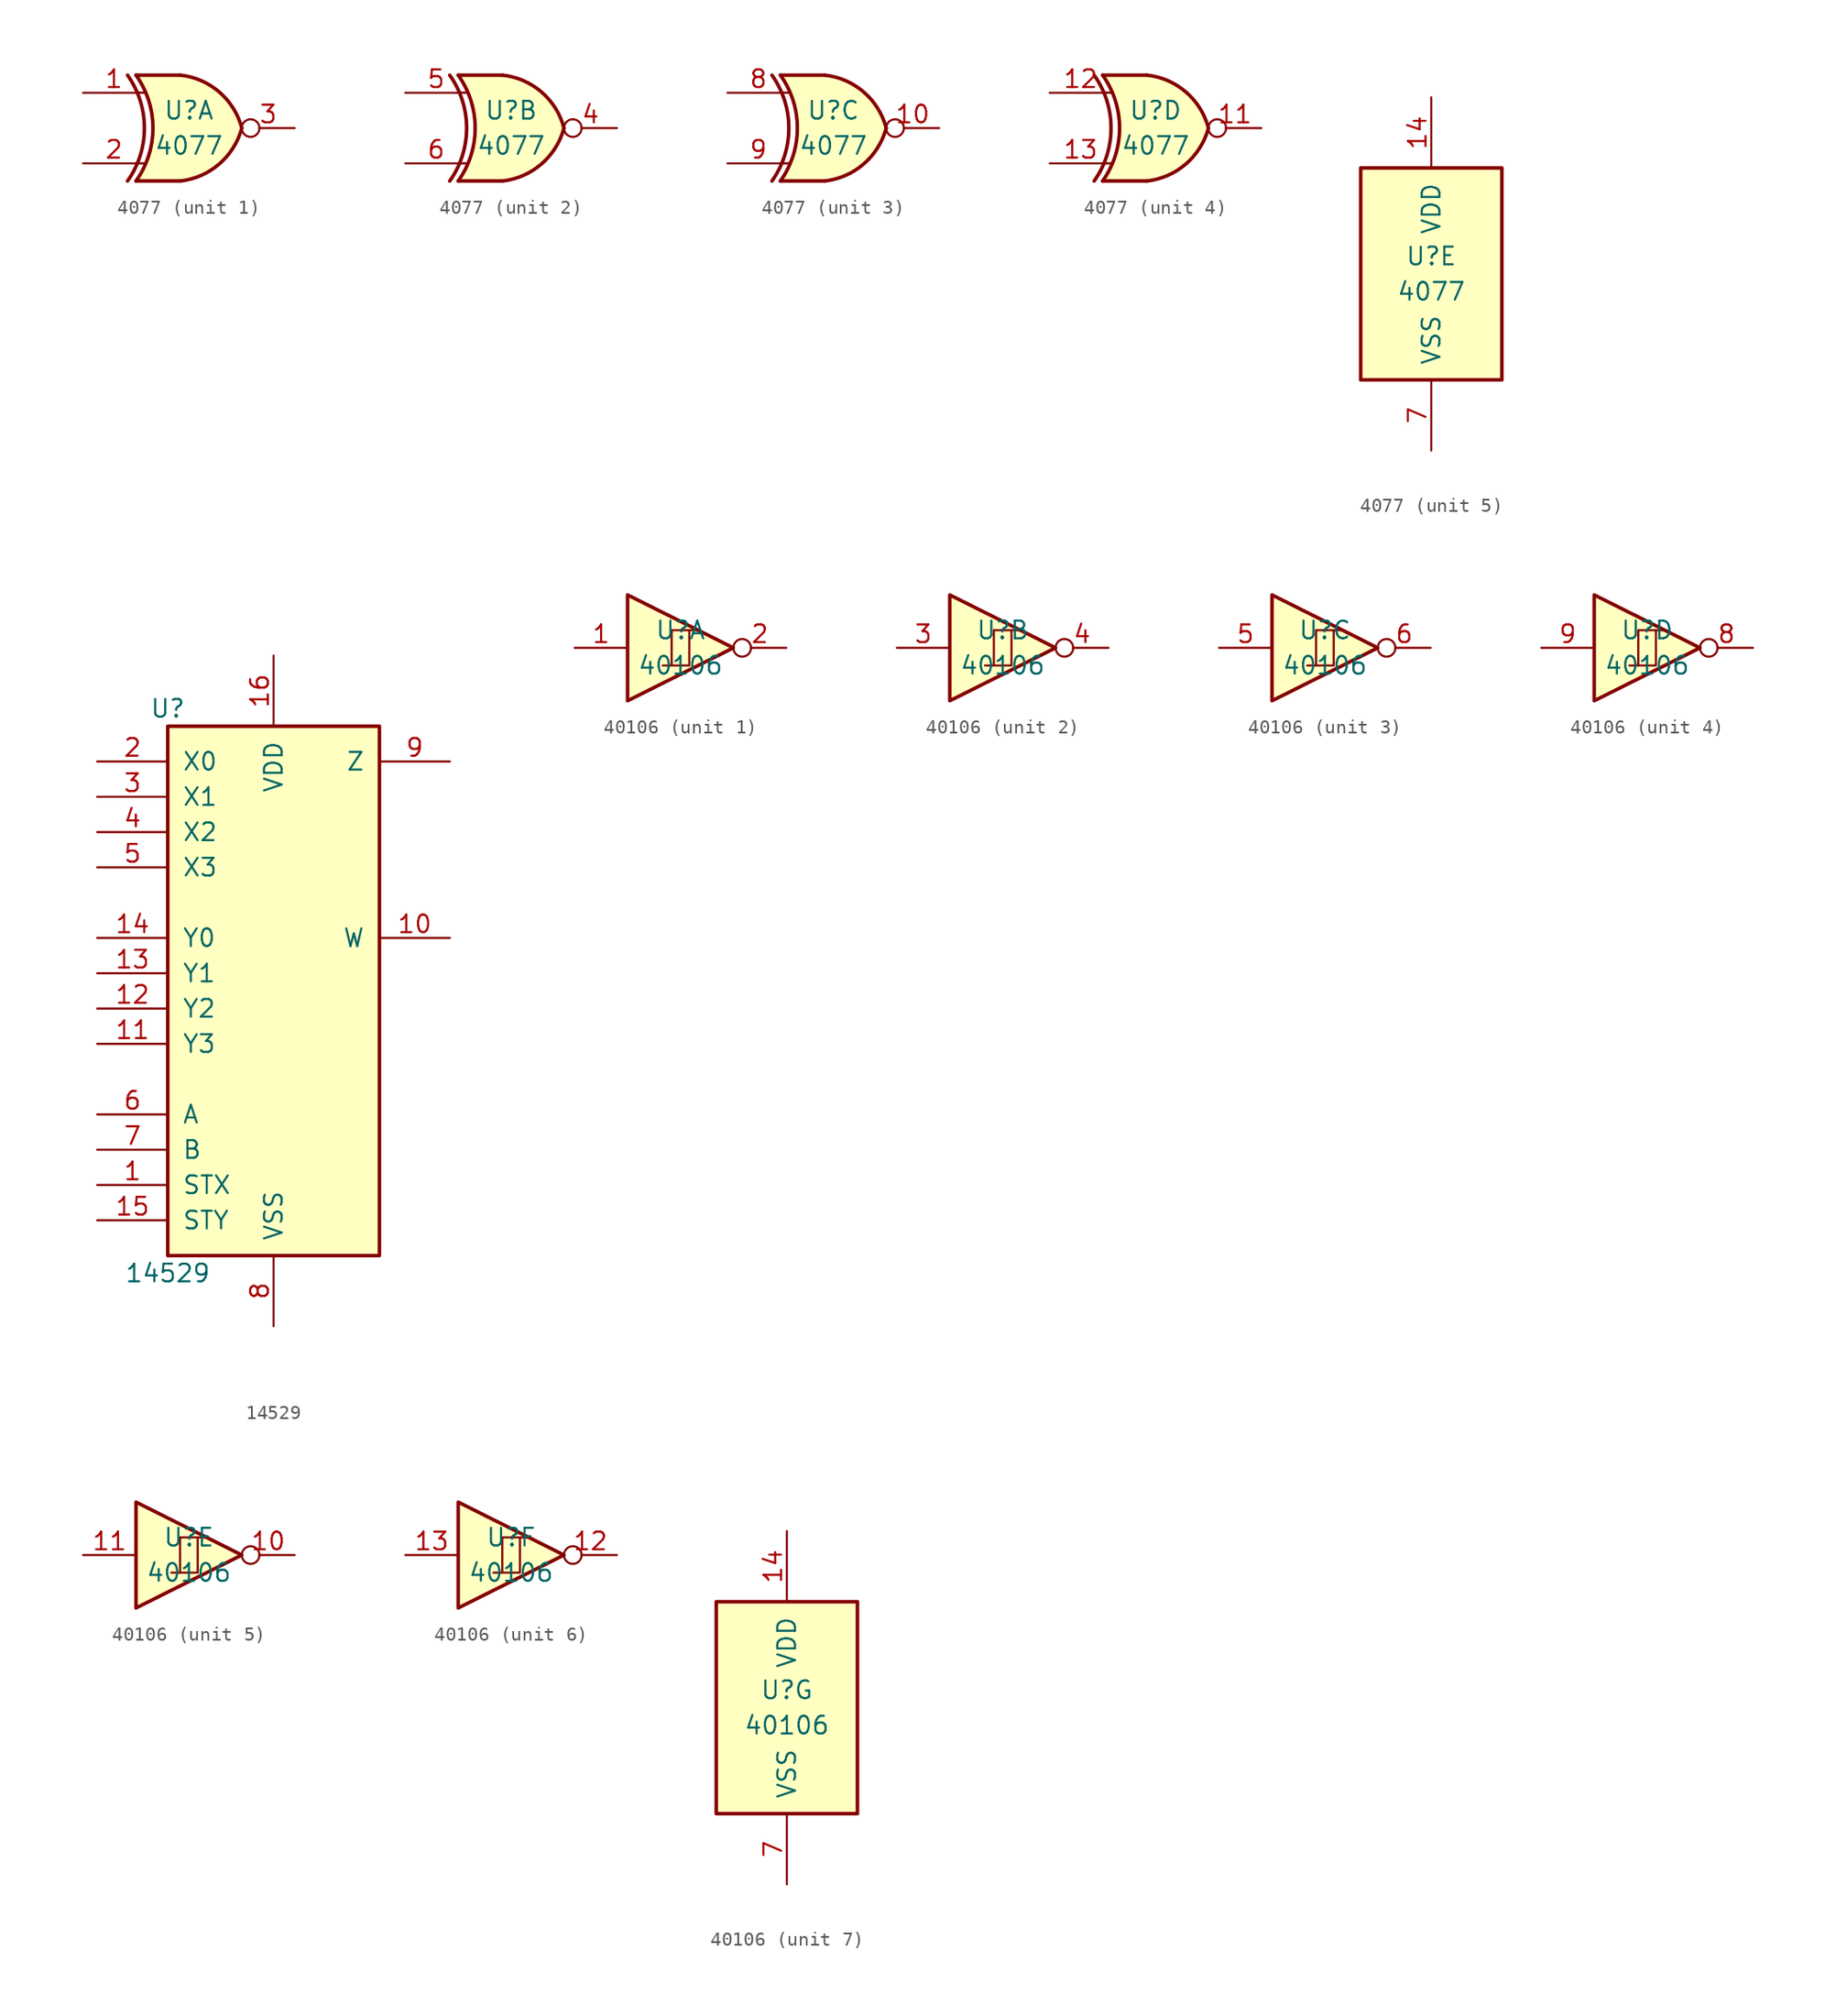
<source format=kicad_sym>
(kicad_symbol_lib
  (version 20220914)
  (generator kicad_symbol_editor)
  (symbol "4077"
    (pin_names
      (offset 1.016))
    (property "Reference" "U"
      (at 0 1.27 0)
      (effects (font (size 1.27 1.27))))
    (property "Value" "4077"
      (at 0 -1.27 0)
      (effects (font (size 1.27 1.27))))
    (property "ki_locked" ""
      (at 0 0 0)
      (effects (font (size 1.27 1.27))))
    (symbol "4077_1_0"
      (arc (start -4.4196 -3.81) (mid -3.2033 0) (end -4.4196 3.81) (stroke (width 0.254) (type default)) (fill (type none)))
      (arc (start -3.81 -3.81) (mid -2.589 0) (end -3.81 3.81) (stroke (width 0.254) (type default)) (fill (type none)))
      (arc (start -0.6096 -3.81) (mid 2.1842 -2.5851) (end 3.81 0) (stroke (width 0.254) (type default)) (fill (type background)))
      (polyline (pts (xy -3.81 -3.81) (xy -0.635 -3.81)) (stroke (width 0.254) (type default)) (fill (type background)))
      (polyline (pts (xy -3.81 3.81) (xy -0.635 3.81)) (stroke (width 0.254) (type default)) (fill (type background)))
      (polyline (pts (xy -0.635 3.81) (xy -3.81 3.81) (xy -3.81 3.81) (xy -3.556 3.404) (xy -3.023 2.261) (xy -2.692 1.041) (xy -2.616 -0.254) (xy -2.769 -1.499) (xy -3.175 -2.718) (xy -3.81 -3.81) (xy -3.81 -3.81) (xy -0.635 -3.81)) (stroke (width -25.4) (type default)) (fill (type background)))
      (arc (start 3.81 0) (mid 2.1915 2.5936) (end -0.6096 3.81) (stroke (width 0.254) (type default)) (fill (type background)))
      (pin input line (at -7.62 2.54 0) (length 4.445) (name "~" (effects (font (size 1.27 1.27)))) (number "1" (effects (font (size 1.27 1.27)))))
      (pin input line (at -7.62 -2.54 0) (length 4.445) (name "~" (effects (font (size 1.27 1.27)))) (number "2" (effects (font (size 1.27 1.27)))))
      (pin output inverted (at 7.62 0 180) (length 3.81) (name "~" (effects (font (size 1.27 1.27)))) (number "3" (effects (font (size 1.27 1.27))))))
    (symbol "4077_1_1"
      (polyline (pts (xy -3.81 -2.54) (xy -3.175 -2.54)) (stroke (width 0.152) (type default)) (fill (type none)))
      (polyline (pts (xy -3.81 2.54) (xy -3.175 2.54)) (stroke (width 0.152) (type default)) (fill (type none))))
    (symbol "4077_2_0"
      (arc (start -4.4196 -3.81) (mid -3.2033 0) (end -4.4196 3.81) (stroke (width 0.254) (type default)) (fill (type none)))
      (arc (start -3.81 -3.81) (mid -2.589 0) (end -3.81 3.81) (stroke (width 0.254) (type default)) (fill (type none)))
      (arc (start -0.6096 -3.81) (mid 2.1842 -2.5851) (end 3.81 0) (stroke (width 0.254) (type default)) (fill (type background)))
      (polyline (pts (xy -3.81 -3.81) (xy -0.635 -3.81)) (stroke (width 0.254) (type default)) (fill (type background)))
      (polyline (pts (xy -3.81 3.81) (xy -0.635 3.81)) (stroke (width 0.254) (type default)) (fill (type background)))
      (polyline (pts (xy -0.635 3.81) (xy -3.81 3.81) (xy -3.81 3.81) (xy -3.556 3.404) (xy -3.023 2.261) (xy -2.692 1.041) (xy -2.616 -0.254) (xy -2.769 -1.499) (xy -3.175 -2.718) (xy -3.81 -3.81) (xy -3.81 -3.81) (xy -0.635 -3.81)) (stroke (width -25.4) (type default)) (fill (type background)))
      (arc (start 3.81 0) (mid 2.1915 2.5936) (end -0.6096 3.81) (stroke (width 0.254) (type default)) (fill (type background)))
      (pin output inverted (at 7.62 0 180) (length 3.81) (name "~" (effects (font (size 1.27 1.27)))) (number "4" (effects (font (size 1.27 1.27)))))
      (pin input line (at -7.62 2.54 0) (length 4.445) (name "~" (effects (font (size 1.27 1.27)))) (number "5" (effects (font (size 1.27 1.27)))))
      (pin input line (at -7.62 -2.54 0) (length 4.445) (name "~" (effects (font (size 1.27 1.27)))) (number "6" (effects (font (size 1.27 1.27))))))
    (symbol "4077_2_1"
      (polyline (pts (xy -3.81 -2.54) (xy -3.175 -2.54)) (stroke (width 0.152) (type default)) (fill (type none)))
      (polyline (pts (xy -3.81 2.54) (xy -3.175 2.54)) (stroke (width 0.152) (type default)) (fill (type none))))
    (symbol "4077_3_0"
      (arc (start -4.4196 -3.81) (mid -3.2033 0) (end -4.4196 3.81) (stroke (width 0.254) (type default)) (fill (type none)))
      (arc (start -3.81 -3.81) (mid -2.589 0) (end -3.81 3.81) (stroke (width 0.254) (type default)) (fill (type none)))
      (arc (start -0.6096 -3.81) (mid 2.1842 -2.5851) (end 3.81 0) (stroke (width 0.254) (type default)) (fill (type background)))
      (polyline (pts (xy -3.81 -3.81) (xy -0.635 -3.81)) (stroke (width 0.254) (type default)) (fill (type background)))
      (polyline (pts (xy -3.81 3.81) (xy -0.635 3.81)) (stroke (width 0.254) (type default)) (fill (type background)))
      (polyline (pts (xy -0.635 3.81) (xy -3.81 3.81) (xy -3.81 3.81) (xy -3.556 3.404) (xy -3.023 2.261) (xy -2.692 1.041) (xy -2.616 -0.254) (xy -2.769 -1.499) (xy -3.175 -2.718) (xy -3.81 -3.81) (xy -3.81 -3.81) (xy -0.635 -3.81)) (stroke (width -25.4) (type default)) (fill (type background)))
      (arc (start 3.81 0) (mid 2.1915 2.5936) (end -0.6096 3.81) (stroke (width 0.254) (type default)) (fill (type background)))
      (pin output inverted (at 7.62 0 180) (length 3.81) (name "~" (effects (font (size 1.27 1.27)))) (number "10" (effects (font (size 1.27 1.27)))))
      (pin input line (at -7.62 2.54 0) (length 4.445) (name "~" (effects (font (size 1.27 1.27)))) (number "8" (effects (font (size 1.27 1.27)))))
      (pin input line (at -7.62 -2.54 0) (length 4.445) (name "~" (effects (font (size 1.27 1.27)))) (number "9" (effects (font (size 1.27 1.27))))))
    (symbol "4077_3_1"
      (polyline (pts (xy -3.81 -2.54) (xy -3.175 -2.54)) (stroke (width 0.152) (type default)) (fill (type none)))
      (polyline (pts (xy -3.81 2.54) (xy -3.175 2.54)) (stroke (width 0.152) (type default)) (fill (type none))))
    (symbol "4077_4_0"
      (arc (start -4.4196 -3.81) (mid -3.2033 0) (end -4.4196 3.81) (stroke (width 0.254) (type default)) (fill (type none)))
      (arc (start -3.81 -3.81) (mid -2.589 0) (end -3.81 3.81) (stroke (width 0.254) (type default)) (fill (type none)))
      (arc (start -0.6096 -3.81) (mid 2.1842 -2.5851) (end 3.81 0) (stroke (width 0.254) (type default)) (fill (type background)))
      (polyline (pts (xy -3.81 -3.81) (xy -0.635 -3.81)) (stroke (width 0.254) (type default)) (fill (type background)))
      (polyline (pts (xy -3.81 3.81) (xy -0.635 3.81)) (stroke (width 0.254) (type default)) (fill (type background)))
      (polyline (pts (xy -0.635 3.81) (xy -3.81 3.81) (xy -3.81 3.81) (xy -3.556 3.404) (xy -3.023 2.261) (xy -2.692 1.041) (xy -2.616 -0.254) (xy -2.769 -1.499) (xy -3.175 -2.718) (xy -3.81 -3.81) (xy -3.81 -3.81) (xy -0.635 -3.81)) (stroke (width -25.4) (type default)) (fill (type background)))
      (arc (start 3.81 0) (mid 2.1915 2.5936) (end -0.6096 3.81) (stroke (width 0.254) (type default)) (fill (type background)))
      (pin output inverted (at 7.62 0 180) (length 3.81) (name "~" (effects (font (size 1.27 1.27)))) (number "11" (effects (font (size 1.27 1.27)))))
      (pin input line (at -7.62 2.54 0) (length 4.445) (name "~" (effects (font (size 1.27 1.27)))) (number "12" (effects (font (size 1.27 1.27)))))
      (pin input line (at -7.62 -2.54 0) (length 4.445) (name "~" (effects (font (size 1.27 1.27)))) (number "13" (effects (font (size 1.27 1.27))))))
    (symbol "4077_4_1"
      (polyline (pts (xy -3.81 -2.54) (xy -3.175 -2.54)) (stroke (width 0.152) (type default)) (fill (type none)))
      (polyline (pts (xy -3.81 2.54) (xy -3.175 2.54)) (stroke (width 0.152) (type default)) (fill (type none))))
    (symbol "4077_5_0"
      (pin power_in line (at 0 12.7 270) (length 5.08) (name "VDD" (effects (font (size 1.27 1.27)))) (number "14" (effects (font (size 1.27 1.27)))))
      (pin power_in line (at 0 -12.7 90) (length 5.08) (name "VSS" (effects (font (size 1.27 1.27)))) (number "7" (effects (font (size 1.27 1.27))))))
    (symbol "4077_5_1"
      (rectangle (start -5.08 7.62) (end 5.08 -7.62) (stroke (width 0.254) (type default)) (fill (type background)))))
  (symbol "14529"
    (pin_names
      (offset 1.016))
    (property "Reference" "U"
      (at -7.62 19.05 0)
      (effects (font (size 1.27 1.27))))
    (property "Value" "14529"
      (at -7.62 -21.59 0)
      (effects (font (size 1.27 1.27))))
    (property "ki_locked" ""
      (at 0 0 0)
      (effects (font (size 1.27 1.27))))
    (symbol "14529_1_0"
      (pin input line (at -12.7 -15.24 0) (length 5.08) (name "STX" (effects (font (size 1.27 1.27)))) (number "1" (effects (font (size 1.27 1.27)))))
      (pin tri_state line (at 12.7 2.54 180) (length 5.08) (name "W" (effects (font (size 1.27 1.27)))) (number "10" (effects (font (size 1.27 1.27)))))
      (pin input line (at -12.7 -5.08 0) (length 5.08) (name "Y3" (effects (font (size 1.27 1.27)))) (number "11" (effects (font (size 1.27 1.27)))))
      (pin input line (at -12.7 -2.54 0) (length 5.08) (name "Y2" (effects (font (size 1.27 1.27)))) (number "12" (effects (font (size 1.27 1.27)))))
      (pin input line (at -12.7 0 0) (length 5.08) (name "Y1" (effects (font (size 1.27 1.27)))) (number "13" (effects (font (size 1.27 1.27)))))
      (pin input line (at -12.7 2.54 0) (length 5.08) (name "Y0" (effects (font (size 1.27 1.27)))) (number "14" (effects (font (size 1.27 1.27)))))
      (pin input line (at -12.7 -17.78 0) (length 5.08) (name "STY" (effects (font (size 1.27 1.27)))) (number "15" (effects (font (size 1.27 1.27)))))
      (pin power_in line (at 0 22.86 270) (length 5.08) (name "VDD" (effects (font (size 1.27 1.27)))) (number "16" (effects (font (size 1.27 1.27)))))
      (pin input line (at -12.7 15.24 0) (length 5.08) (name "X0" (effects (font (size 1.27 1.27)))) (number "2" (effects (font (size 1.27 1.27)))))
      (pin input line (at -12.7 12.7 0) (length 5.08) (name "X1" (effects (font (size 1.27 1.27)))) (number "3" (effects (font (size 1.27 1.27)))))
      (pin input line (at -12.7 10.16 0) (length 5.08) (name "X2" (effects (font (size 1.27 1.27)))) (number "4" (effects (font (size 1.27 1.27)))))
      (pin input line (at -12.7 7.62 0) (length 5.08) (name "X3" (effects (font (size 1.27 1.27)))) (number "5" (effects (font (size 1.27 1.27)))))
      (pin input line (at -12.7 -10.16 0) (length 5.08) (name "A" (effects (font (size 1.27 1.27)))) (number "6" (effects (font (size 1.27 1.27)))))
      (pin input line (at -12.7 -12.7 0) (length 5.08) (name "B" (effects (font (size 1.27 1.27)))) (number "7" (effects (font (size 1.27 1.27)))))
      (pin power_in line (at 0 -25.4 90) (length 5.08) (name "VSS" (effects (font (size 1.27 1.27)))) (number "8" (effects (font (size 1.27 1.27)))))
      (pin tri_state line (at 12.7 15.24 180) (length 5.08) (name "Z" (effects (font (size 1.27 1.27)))) (number "9" (effects (font (size 1.27 1.27))))))
    (symbol "14529_1_1"
      (rectangle (start -7.62 17.78) (end 7.62 -20.32) (stroke (width 0.254) (type default)) (fill (type background)))))
  (symbol "40106"
    (pin_names
      (offset 1.016))
    (property "Reference" "U"
      (at 0 1.27 0)
      (effects (font (size 1.27 1.27))))
    (property "Value" "40106"
      (at 0 -1.27 0)
      (effects (font (size 1.27 1.27))))
    (property "ki_locked" ""
      (at 0 0 0)
      (effects (font (size 1.27 1.27))))
    (symbol "40106_1_0"
      (polyline (pts (xy -0.635 -1.27) (xy -0.635 1.27) (xy 0.635 1.27)) (stroke (width 0) (type default)) (fill (type none)))
      (polyline (pts (xy -3.81 3.81) (xy -3.81 -3.81) (xy 3.81 0) (xy -3.81 3.81)) (stroke (width 0.254) (type default)) (fill (type background)))
      (polyline (pts (xy -1.27 -1.27) (xy 0.635 -1.27) (xy 0.635 1.27) (xy 1.27 1.27)) (stroke (width 0) (type default)) (fill (type none)))
      (pin input line (at -7.62 0 0) (length 3.81) (name "~" (effects (font (size 1.27 1.27)))) (number "1" (effects (font (size 1.27 1.27)))))
      (pin output inverted (at 7.62 0 180) (length 3.81) (name "~" (effects (font (size 1.27 1.27)))) (number "2" (effects (font (size 1.27 1.27))))))
    (symbol "40106_2_0"
      (polyline (pts (xy -0.635 -1.27) (xy -0.635 1.27) (xy 0.635 1.27)) (stroke (width 0) (type default)) (fill (type none)))
      (polyline (pts (xy -3.81 3.81) (xy -3.81 -3.81) (xy 3.81 0) (xy -3.81 3.81)) (stroke (width 0.254) (type default)) (fill (type background)))
      (polyline (pts (xy -1.27 -1.27) (xy 0.635 -1.27) (xy 0.635 1.27) (xy 1.27 1.27)) (stroke (width 0) (type default)) (fill (type none)))
      (pin input line (at -7.62 0 0) (length 3.81) (name "~" (effects (font (size 1.27 1.27)))) (number "3" (effects (font (size 1.27 1.27)))))
      (pin output inverted (at 7.62 0 180) (length 3.81) (name "~" (effects (font (size 1.27 1.27)))) (number "4" (effects (font (size 1.27 1.27))))))
    (symbol "40106_3_0"
      (polyline (pts (xy -0.635 -1.27) (xy -0.635 1.27) (xy 0.635 1.27)) (stroke (width 0) (type default)) (fill (type none)))
      (polyline (pts (xy -3.81 3.81) (xy -3.81 -3.81) (xy 3.81 0) (xy -3.81 3.81)) (stroke (width 0.254) (type default)) (fill (type background)))
      (polyline (pts (xy -1.27 -1.27) (xy 0.635 -1.27) (xy 0.635 1.27) (xy 1.27 1.27)) (stroke (width 0) (type default)) (fill (type none)))
      (pin input line (at -7.62 0 0) (length 3.81) (name "~" (effects (font (size 1.27 1.27)))) (number "5" (effects (font (size 1.27 1.27)))))
      (pin output inverted (at 7.62 0 180) (length 3.81) (name "~" (effects (font (size 1.27 1.27)))) (number "6" (effects (font (size 1.27 1.27))))))
    (symbol "40106_4_0"
      (polyline (pts (xy -0.635 -1.27) (xy -0.635 1.27) (xy 0.635 1.27)) (stroke (width 0) (type default)) (fill (type none)))
      (polyline (pts (xy -3.81 3.81) (xy -3.81 -3.81) (xy 3.81 0) (xy -3.81 3.81)) (stroke (width 0.254) (type default)) (fill (type background)))
      (polyline (pts (xy -1.27 -1.27) (xy 0.635 -1.27) (xy 0.635 1.27) (xy 1.27 1.27)) (stroke (width 0) (type default)) (fill (type none)))
      (pin output inverted (at 7.62 0 180) (length 3.81) (name "~" (effects (font (size 1.27 1.27)))) (number "8" (effects (font (size 1.27 1.27)))))
      (pin input line (at -7.62 0 0) (length 3.81) (name "~" (effects (font (size 1.27 1.27)))) (number "9" (effects (font (size 1.27 1.27))))))
    (symbol "40106_5_0"
      (polyline (pts (xy -0.635 -1.27) (xy -0.635 1.27) (xy 0.635 1.27)) (stroke (width 0) (type default)) (fill (type none)))
      (polyline (pts (xy -3.81 3.81) (xy -3.81 -3.81) (xy 3.81 0) (xy -3.81 3.81)) (stroke (width 0.254) (type default)) (fill (type background)))
      (polyline (pts (xy -1.27 -1.27) (xy 0.635 -1.27) (xy 0.635 1.27) (xy 1.27 1.27)) (stroke (width 0) (type default)) (fill (type none)))
      (pin output inverted (at 7.62 0 180) (length 3.81) (name "~" (effects (font (size 1.27 1.27)))) (number "10" (effects (font (size 1.27 1.27)))))
      (pin input line (at -7.62 0 0) (length 3.81) (name "~" (effects (font (size 1.27 1.27)))) (number "11" (effects (font (size 1.27 1.27))))))
    (symbol "40106_6_0"
      (polyline (pts (xy -0.635 -1.27) (xy -0.635 1.27) (xy 0.635 1.27)) (stroke (width 0) (type default)) (fill (type none)))
      (polyline (pts (xy -3.81 3.81) (xy -3.81 -3.81) (xy 3.81 0) (xy -3.81 3.81)) (stroke (width 0.254) (type default)) (fill (type background)))
      (polyline (pts (xy -1.27 -1.27) (xy 0.635 -1.27) (xy 0.635 1.27) (xy 1.27 1.27)) (stroke (width 0) (type default)) (fill (type none)))
      (pin output inverted (at 7.62 0 180) (length 3.81) (name "~" (effects (font (size 1.27 1.27)))) (number "12" (effects (font (size 1.27 1.27)))))
      (pin input line (at -7.62 0 0) (length 3.81) (name "~" (effects (font (size 1.27 1.27)))) (number "13" (effects (font (size 1.27 1.27))))))
    (symbol "40106_7_0"
      (pin power_in line (at 0 12.7 270) (length 5.08) (name "VDD" (effects (font (size 1.27 1.27)))) (number "14" (effects (font (size 1.27 1.27)))))
      (pin power_in line (at 0 -12.7 90) (length 5.08) (name "VSS" (effects (font (size 1.27 1.27)))) (number "7" (effects (font (size 1.27 1.27))))))
    (symbol "40106_7_1"
      (rectangle (start -5.08 7.62) (end 5.08 -7.62) (stroke (width 0.254) (type default)) (fill (type background))))))
</source>
